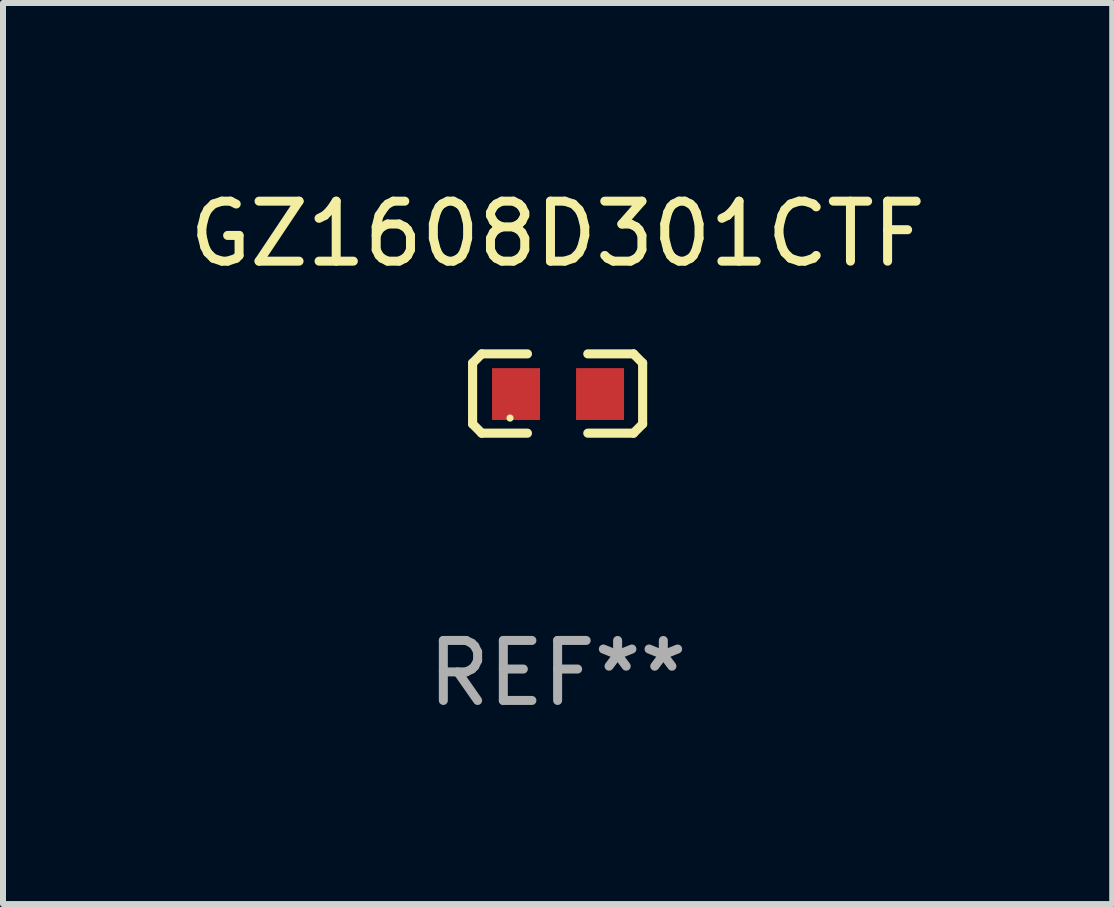
<source format=kicad_pcb>
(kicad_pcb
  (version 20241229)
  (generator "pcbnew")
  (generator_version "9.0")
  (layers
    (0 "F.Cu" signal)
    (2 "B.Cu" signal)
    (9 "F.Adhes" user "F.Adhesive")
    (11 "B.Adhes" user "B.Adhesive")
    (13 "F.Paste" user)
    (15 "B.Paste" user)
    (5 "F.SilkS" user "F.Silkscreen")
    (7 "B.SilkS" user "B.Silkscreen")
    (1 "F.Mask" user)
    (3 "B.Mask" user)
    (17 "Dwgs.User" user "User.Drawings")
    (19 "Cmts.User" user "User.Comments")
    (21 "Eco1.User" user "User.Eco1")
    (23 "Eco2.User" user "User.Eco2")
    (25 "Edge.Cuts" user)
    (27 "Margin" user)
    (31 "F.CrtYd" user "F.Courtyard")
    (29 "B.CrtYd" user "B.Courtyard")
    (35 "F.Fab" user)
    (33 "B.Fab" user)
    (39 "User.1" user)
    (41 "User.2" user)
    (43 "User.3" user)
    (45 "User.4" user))
  (footprint "GZ1608D301CTF"
    (layer "F.Cu")
    (at 6.244 3.509)
    (property "Reference" "GZ1608D301CTF" (at 0 -2.661 0) (layer "F.SilkS") (effects (font (size 1 1) (thickness 0.15))))
    (attr through_hole)
    (fp_line (start -1.417 -0.508) (end -1.265 -0.661) (stroke (width 0.152) (type solid)) (layer "F.SilkS"))
    (fp_line (start -1.417 0.508) (end -1.417 -0.508) (stroke (width 0.152) (type solid)) (layer "F.SilkS"))
    (fp_line (start -1.265 -0.661) (end -0.503 -0.661) (stroke (width 0.152) (type solid)) (layer "F.SilkS"))
    (fp_line (start -1.265 0.661) (end -1.417 0.508) (stroke (width 0.152) (type solid)) (layer "F.SilkS"))
    (fp_line (start -1.265 0.661) (end -0.503 0.661) (stroke (width 0.152) (type solid)) (layer "F.SilkS"))
    (fp_line (start 1.265 -0.661) (end 0.503 -0.661) (stroke (width 0.152) (type solid)) (layer "F.SilkS"))
    (fp_line (start 1.265 -0.661) (end 1.417 -0.508) (stroke (width 0.152) (type solid)) (layer "F.SilkS"))
    (fp_line (start 1.265 0.661) (end 0.503 0.661) (stroke (width 0.152) (type solid)) (layer "F.SilkS"))
    (fp_line (start 1.417 -0.508) (end 1.417 0.508) (stroke (width 0.152) (type solid)) (layer "F.SilkS"))
    (fp_line (start 1.417 0.508) (end 1.265 0.661) (stroke (width 0.152) (type solid)) (layer "F.SilkS"))
    (fp_circle (center -0.793 0.409) (end -0.763 0.409) (stroke (width 0.06) (type solid)) (fill no) (layer "F.SilkS"))
    (fp_text user "REF**" (at 0 4.661 0) (layer "F.Fab") (effects (font (size 1 1) (thickness 0.15))))
    (pad "1" smd rect (at -0.693 0.009 180) (size 0.8 0.864) (layers "F.Cu" "F.Mask" "F.Paste"))
    (pad "2" smd rect (at 0.707 0.009 180) (size 0.8 0.864) (layers "F.Cu" "F.Mask" "F.Paste")))
  (gr_rect
    (start -3 -3)
    (end 15.488 12.018)
    (stroke (width 0.1) (type default))
    (fill no)
    (layer "Edge.Cuts")))
</source>
